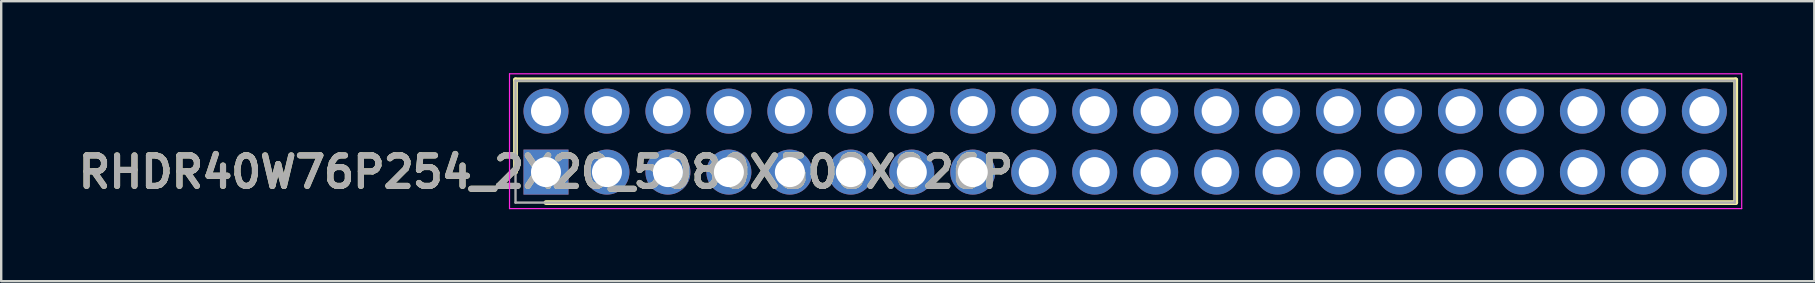
<source format=kicad_pcb>
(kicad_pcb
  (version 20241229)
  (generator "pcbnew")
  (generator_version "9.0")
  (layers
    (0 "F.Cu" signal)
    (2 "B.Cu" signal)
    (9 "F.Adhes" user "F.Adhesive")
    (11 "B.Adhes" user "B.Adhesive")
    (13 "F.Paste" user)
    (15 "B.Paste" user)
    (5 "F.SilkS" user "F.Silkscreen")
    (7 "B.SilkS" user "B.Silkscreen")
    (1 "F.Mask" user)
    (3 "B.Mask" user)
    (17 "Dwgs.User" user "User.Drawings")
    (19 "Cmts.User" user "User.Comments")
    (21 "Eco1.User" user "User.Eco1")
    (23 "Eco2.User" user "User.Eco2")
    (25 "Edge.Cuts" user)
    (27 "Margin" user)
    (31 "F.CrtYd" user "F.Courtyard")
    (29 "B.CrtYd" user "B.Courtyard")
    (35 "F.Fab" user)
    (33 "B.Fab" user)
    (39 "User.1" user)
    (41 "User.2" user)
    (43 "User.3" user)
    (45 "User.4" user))
  (footprint "RHDR40W76P254_2X20_5080X508X826P"
    (layer "F.Cu")
    (at 19.697 4.12)
    (property "Reference" "RHDR40W76P254_2X20_5080X508X826P" (at 0 0 0) (layer "F.SilkS") (effects (font (size 1.27 1.27) (thickness 0.254))))
    (attr through_hole)
    (fp_line (start -1.27 -3.845) (end -1.27 0) (stroke (width 0.2) (type solid)) (layer "F.SilkS"))
    (fp_line (start 0 1.27) (end 49.565 1.27) (stroke (width 0.2) (type solid)) (layer "F.SilkS"))
    (fp_line (start 49.565 -3.845) (end -1.27 -3.845) (stroke (width 0.2) (type solid)) (layer "F.SilkS"))
    (fp_line (start 49.565 1.27) (end 49.565 -3.845) (stroke (width 0.2) (type solid)) (layer "F.SilkS"))
    (fp_line (start -1.52 -4.095) (end 49.815 -4.095) (stroke (width 0.05) (type solid)) (layer "F.CrtYd"))
    (fp_line (start -1.52 1.52) (end -1.52 -4.095) (stroke (width 0.05) (type solid)) (layer "F.CrtYd"))
    (fp_line (start 49.815 -4.095) (end 49.815 1.52) (stroke (width 0.05) (type solid)) (layer "F.CrtYd"))
    (fp_line (start 49.815 1.52) (end -1.52 1.52) (stroke (width 0.05) (type solid)) (layer "F.CrtYd"))
    (fp_line (start -1.27 -3.81) (end 49.53 -3.81) (stroke (width 0.1) (type solid)) (layer "F.Fab"))
    (fp_line (start -1.27 1.27) (end -1.27 -3.81) (stroke (width 0.1) (type solid)) (layer "F.Fab"))
    (fp_line (start 49.53 -3.81) (end 49.53 1.27) (stroke (width 0.1) (type solid)) (layer "F.Fab"))
    (fp_line (start 49.53 1.27) (end -1.27 1.27) (stroke (width 0.1) (type solid)) (layer "F.Fab"))
    (fp_text user "${REFERENCE}" (at 0 0 0) (layer "F.Fab") (effects (font (size 1.27 1.27) (thickness 0.254))))
    (pad "1" thru_hole rect (at 0 0) (size 1.875 1.875) (drill 1.25) (layers "*.Cu" "*.Mask"))
    (pad "2" thru_hole circle (at 0 -2.54) (size 1.875 1.875) (drill 1.25) (layers "*.Cu" "*.Mask"))
    (pad "3" thru_hole circle (at 2.54 0) (size 1.875 1.875) (drill 1.25) (layers "*.Cu" "*.Mask"))
    (pad "4" thru_hole circle (at 2.54 -2.54) (size 1.875 1.875) (drill 1.25) (layers "*.Cu" "*.Mask"))
    (pad "5" thru_hole circle (at 5.08 0) (size 1.875 1.875) (drill 1.25) (layers "*.Cu" "*.Mask"))
    (pad "6" thru_hole circle (at 5.08 -2.54) (size 1.875 1.875) (drill 1.25) (layers "*.Cu" "*.Mask"))
    (pad "7" thru_hole circle (at 7.62 0) (size 1.875 1.875) (drill 1.25) (layers "*.Cu" "*.Mask"))
    (pad "8" thru_hole circle (at 7.62 -2.54) (size 1.875 1.875) (drill 1.25) (layers "*.Cu" "*.Mask"))
    (pad "9" thru_hole circle (at 10.16 0) (size 1.875 1.875) (drill 1.25) (layers "*.Cu" "*.Mask"))
    (pad "10" thru_hole circle (at 10.16 -2.54) (size 1.875 1.875) (drill 1.25) (layers "*.Cu" "*.Mask"))
    (pad "11" thru_hole circle (at 12.7 0) (size 1.875 1.875) (drill 1.25) (layers "*.Cu" "*.Mask"))
    (pad "12" thru_hole circle (at 12.7 -2.54) (size 1.875 1.875) (drill 1.25) (layers "*.Cu" "*.Mask"))
    (pad "13" thru_hole circle (at 15.24 0) (size 1.875 1.875) (drill 1.25) (layers "*.Cu" "*.Mask"))
    (pad "14" thru_hole circle (at 15.24 -2.54) (size 1.875 1.875) (drill 1.25) (layers "*.Cu" "*.Mask"))
    (pad "15" thru_hole circle (at 17.78 0) (size 1.875 1.875) (drill 1.25) (layers "*.Cu" "*.Mask"))
    (pad "16" thru_hole circle (at 17.78 -2.54) (size 1.875 1.875) (drill 1.25) (layers "*.Cu" "*.Mask"))
    (pad "17" thru_hole circle (at 20.32 0) (size 1.875 1.875) (drill 1.25) (layers "*.Cu" "*.Mask"))
    (pad "18" thru_hole circle (at 20.32 -2.54) (size 1.875 1.875) (drill 1.25) (layers "*.Cu" "*.Mask"))
    (pad "19" thru_hole circle (at 22.86 0) (size 1.875 1.875) (drill 1.25) (layers "*.Cu" "*.Mask"))
    (pad "20" thru_hole circle (at 22.86 -2.54) (size 1.875 1.875) (drill 1.25) (layers "*.Cu" "*.Mask"))
    (pad "21" thru_hole circle (at 25.4 0) (size 1.875 1.875) (drill 1.25) (layers "*.Cu" "*.Mask"))
    (pad "22" thru_hole circle (at 25.4 -2.54) (size 1.875 1.875) (drill 1.25) (layers "*.Cu" "*.Mask"))
    (pad "23" thru_hole circle (at 27.94 0) (size 1.875 1.875) (drill 1.25) (layers "*.Cu" "*.Mask"))
    (pad "24" thru_hole circle (at 27.94 -2.54) (size 1.875 1.875) (drill 1.25) (layers "*.Cu" "*.Mask"))
    (pad "25" thru_hole circle (at 30.48 0) (size 1.875 1.875) (drill 1.25) (layers "*.Cu" "*.Mask"))
    (pad "26" thru_hole circle (at 30.48 -2.54) (size 1.875 1.875) (drill 1.25) (layers "*.Cu" "*.Mask"))
    (pad "27" thru_hole circle (at 33.02 0) (size 1.875 1.875) (drill 1.25) (layers "*.Cu" "*.Mask"))
    (pad "28" thru_hole circle (at 33.02 -2.54) (size 1.875 1.875) (drill 1.25) (layers "*.Cu" "*.Mask"))
    (pad "29" thru_hole circle (at 35.56 0) (size 1.875 1.875) (drill 1.25) (layers "*.Cu" "*.Mask"))
    (pad "30" thru_hole circle (at 35.56 -2.54) (size 1.875 1.875) (drill 1.25) (layers "*.Cu" "*.Mask"))
    (pad "31" thru_hole circle (at 38.1 0) (size 1.875 1.875) (drill 1.25) (layers "*.Cu" "*.Mask"))
    (pad "32" thru_hole circle (at 38.1 -2.54) (size 1.875 1.875) (drill 1.25) (layers "*.Cu" "*.Mask"))
    (pad "33" thru_hole circle (at 40.64 0) (size 1.875 1.875) (drill 1.25) (layers "*.Cu" "*.Mask"))
    (pad "34" thru_hole circle (at 40.64 -2.54) (size 1.875 1.875) (drill 1.25) (layers "*.Cu" "*.Mask"))
    (pad "35" thru_hole circle (at 43.18 0) (size 1.875 1.875) (drill 1.25) (layers "*.Cu" "*.Mask"))
    (pad "36" thru_hole circle (at 43.18 -2.54) (size 1.875 1.875) (drill 1.25) (layers "*.Cu" "*.Mask"))
    (pad "37" thru_hole circle (at 45.72 0) (size 1.875 1.875) (drill 1.25) (layers "*.Cu" "*.Mask"))
    (pad "38" thru_hole circle (at 45.72 -2.54) (size 1.875 1.875) (drill 1.25) (layers "*.Cu" "*.Mask"))
    (pad "39" thru_hole circle (at 48.26 0) (size 1.875 1.875) (drill 1.25) (layers "*.Cu" "*.Mask"))
    (pad "40" thru_hole circle (at 48.26 -2.54) (size 1.875 1.875) (drill 1.25) (layers "*.Cu" "*.Mask")))
  (gr_rect
    (start -3 -3)
    (end 72.537 8.665)
    (stroke (width 0.1) (type default))
    (fill no)
    (layer "Edge.Cuts")))
</source>
